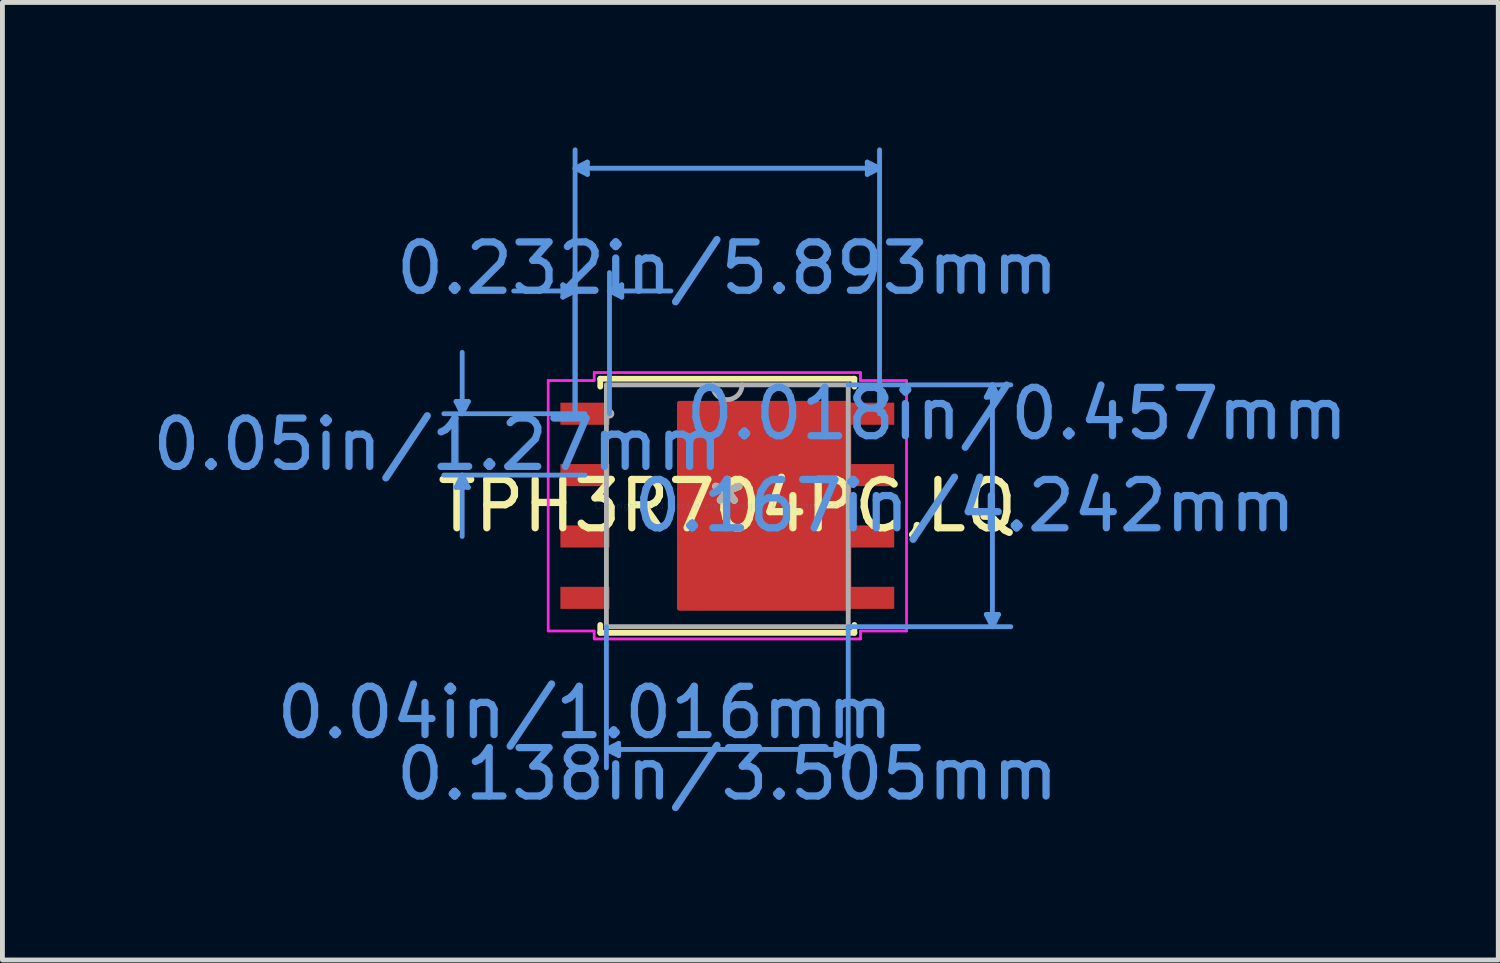
<source format=kicad_pcb>
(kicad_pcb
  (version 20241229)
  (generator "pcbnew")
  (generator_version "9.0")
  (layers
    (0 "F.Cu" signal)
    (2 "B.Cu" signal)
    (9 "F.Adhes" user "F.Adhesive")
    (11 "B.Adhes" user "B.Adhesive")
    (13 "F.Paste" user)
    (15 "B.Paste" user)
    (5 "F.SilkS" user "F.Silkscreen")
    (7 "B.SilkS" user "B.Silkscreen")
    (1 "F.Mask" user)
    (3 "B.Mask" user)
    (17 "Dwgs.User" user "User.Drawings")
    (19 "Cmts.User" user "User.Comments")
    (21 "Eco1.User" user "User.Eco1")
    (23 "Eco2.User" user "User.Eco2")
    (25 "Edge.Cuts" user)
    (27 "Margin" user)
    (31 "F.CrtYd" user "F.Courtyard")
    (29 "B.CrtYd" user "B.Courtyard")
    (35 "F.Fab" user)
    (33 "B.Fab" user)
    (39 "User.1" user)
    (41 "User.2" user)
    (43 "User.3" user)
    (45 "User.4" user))
  (footprint "TPH3R704PC,LQ"
    (layer "F.Cu")
    (at 12 7.416)
    (property "Reference" "TPH3R704PC,LQ" (at 0 0 0) (layer "F.SilkS") (effects (font (size 1 1) (thickness 0.15))))
    (attr through_hole)
    (fp_poly (pts (xy 2.515 -2.121) (xy 2.515 2.121) (xy -0.991 2.121) (xy -0.991 -2.121)) (stroke (width 0.1) (type solid)) (fill yes) (layer "F.Cu"))
    (fp_line (start -2.629 -2.629) (end -2.629 -2.466) (stroke (width 0.12) (type solid)) (layer "F.SilkS"))
    (fp_line (start -2.629 2.466) (end -2.629 2.629) (stroke (width 0.12) (type solid)) (layer "F.SilkS"))
    (fp_line (start -2.629 2.629) (end 2.629 2.629) (stroke (width 0.12) (type solid)) (layer "F.SilkS"))
    (fp_line (start 2.629 -2.629) (end -2.629 -2.629) (stroke (width 0.12) (type solid)) (layer "F.SilkS"))
    (fp_line (start 2.629 -2.466) (end 2.629 -2.629) (stroke (width 0.12) (type solid)) (layer "F.SilkS"))
    (fp_line (start 2.629 2.629) (end 2.629 2.466) (stroke (width 0.12) (type solid)) (layer "F.SilkS"))
    (fp_poly (pts (xy -0.941 -1.856) (xy -0.941 -0.752) (xy 0.662 -0.752) (xy 0.662 -1.856)) (stroke (width 0.1) (type solid)) (fill yes) (layer "F.Paste"))
    (fp_poly (pts (xy -0.941 -0.552) (xy -0.941 0.552) (xy 0.662 0.552) (xy 0.662 -0.552)) (stroke (width 0.1) (type solid)) (fill yes) (layer "F.Paste"))
    (fp_poly (pts (xy -0.941 0.752) (xy -0.941 1.856) (xy 0.662 1.856) (xy 0.662 0.752)) (stroke (width 0.1) (type solid)) (fill yes) (layer "F.Paste"))
    (fp_poly (pts (xy 0.862 -1.856) (xy 0.862 -0.752) (xy 2.465 -0.752) (xy 2.465 -1.856)) (stroke (width 0.1) (type solid)) (fill yes) (layer "F.Paste"))
    (fp_poly (pts (xy 0.862 -0.552) (xy 0.862 0.552) (xy 2.465 0.552) (xy 2.465 -0.552)) (stroke (width 0.1) (type solid)) (fill yes) (layer "F.Paste"))
    (fp_poly (pts (xy 0.862 0.752) (xy 0.862 1.856) (xy 2.465 1.856) (xy 2.465 0.752)) (stroke (width 0.1) (type solid)) (fill yes) (layer "F.Paste"))
    (fp_line (start -5.613 -2.159) (end -5.359 -2.159) (stroke (width 0.1) (type solid)) (layer "Cmts.User"))
    (fp_line (start -5.613 -0.381) (end -5.359 -0.381) (stroke (width 0.1) (type solid)) (layer "Cmts.User"))
    (fp_line (start -5.486 -1.905) (end -5.613 -2.159) (stroke (width 0.1) (type solid)) (layer "Cmts.User"))
    (fp_line (start -5.486 -1.905) (end -5.486 -3.175) (stroke (width 0.1) (type solid)) (layer "Cmts.User"))
    (fp_line (start -5.486 -1.905) (end -5.359 -2.159) (stroke (width 0.1) (type solid)) (layer "Cmts.User"))
    (fp_line (start -5.486 -0.635) (end -5.613 -0.381) (stroke (width 0.1) (type solid)) (layer "Cmts.User"))
    (fp_line (start -5.486 -0.635) (end -5.486 0.635) (stroke (width 0.1) (type solid)) (layer "Cmts.User"))
    (fp_line (start -5.486 -0.635) (end -5.359 -0.381) (stroke (width 0.1) (type solid)) (layer "Cmts.User"))
    (fp_line (start -3.404 -4.572) (end -3.404 -4.318) (stroke (width 0.1) (type solid)) (layer "Cmts.User"))
    (fp_line (start -3.15 -6.985) (end -2.896 -7.112) (stroke (width 0.1) (type solid)) (layer "Cmts.User"))
    (fp_line (start -3.15 -6.985) (end -2.896 -6.858) (stroke (width 0.1) (type solid)) (layer "Cmts.User"))
    (fp_line (start -3.15 -6.985) (end 3.15 -6.985) (stroke (width 0.1) (type solid)) (layer "Cmts.User"))
    (fp_line (start -3.15 -4.445) (end -4.42 -4.445) (stroke (width 0.1) (type solid)) (layer "Cmts.User"))
    (fp_line (start -3.15 -4.445) (end -3.404 -4.572) (stroke (width 0.1) (type solid)) (layer "Cmts.User"))
    (fp_line (start -3.15 -4.445) (end -3.404 -4.318) (stroke (width 0.1) (type solid)) (layer "Cmts.User"))
    (fp_line (start -3.15 -1.905) (end -3.15 -7.366) (stroke (width 0.1) (type solid)) (layer "Cmts.User"))
    (fp_line (start -3.15 -1.905) (end -3.15 -4.826) (stroke (width 0.1) (type solid)) (layer "Cmts.User"))
    (fp_line (start -2.946 -1.905) (end -5.867 -1.905) (stroke (width 0.1) (type solid)) (layer "Cmts.User"))
    (fp_line (start -2.946 -0.635) (end -5.867 -0.635) (stroke (width 0.1) (type solid)) (layer "Cmts.User"))
    (fp_line (start -2.896 -7.112) (end -2.896 -6.858) (stroke (width 0.1) (type solid)) (layer "Cmts.User"))
    (fp_line (start -2.502 2.502) (end -2.502 5.423) (stroke (width 0.1) (type solid)) (layer "Cmts.User"))
    (fp_line (start -2.502 5.042) (end -2.248 4.915) (stroke (width 0.1) (type solid)) (layer "Cmts.User"))
    (fp_line (start -2.502 5.042) (end -2.248 5.169) (stroke (width 0.1) (type solid)) (layer "Cmts.User"))
    (fp_line (start -2.502 5.042) (end 2.502 5.042) (stroke (width 0.1) (type solid)) (layer "Cmts.User"))
    (fp_line (start -2.438 -4.445) (end -2.184 -4.572) (stroke (width 0.1) (type solid)) (layer "Cmts.User"))
    (fp_line (start -2.438 -4.445) (end -2.184 -4.318) (stroke (width 0.1) (type solid)) (layer "Cmts.User"))
    (fp_line (start -2.438 -4.445) (end -1.168 -4.445) (stroke (width 0.1) (type solid)) (layer "Cmts.User"))
    (fp_line (start -2.438 -1.905) (end -2.438 -4.826) (stroke (width 0.1) (type solid)) (layer "Cmts.User"))
    (fp_line (start -2.248 4.915) (end -2.248 5.169) (stroke (width 0.1) (type solid)) (layer "Cmts.User"))
    (fp_line (start -2.184 -4.572) (end -2.184 -4.318) (stroke (width 0.1) (type solid)) (layer "Cmts.User"))
    (fp_line (start 2.248 4.915) (end 2.248 5.169) (stroke (width 0.1) (type solid)) (layer "Cmts.User"))
    (fp_line (start 2.502 -2.502) (end 5.867 -2.502) (stroke (width 0.1) (type solid)) (layer "Cmts.User"))
    (fp_line (start 2.502 2.502) (end 2.502 5.423) (stroke (width 0.1) (type solid)) (layer "Cmts.User"))
    (fp_line (start 2.502 2.502) (end 5.867 2.502) (stroke (width 0.1) (type solid)) (layer "Cmts.User"))
    (fp_line (start 2.502 5.042) (end 2.248 4.915) (stroke (width 0.1) (type solid)) (layer "Cmts.User"))
    (fp_line (start 2.502 5.042) (end 2.248 5.169) (stroke (width 0.1) (type solid)) (layer "Cmts.User"))
    (fp_line (start 2.896 -7.112) (end 2.896 -6.858) (stroke (width 0.1) (type solid)) (layer "Cmts.User"))
    (fp_line (start 3.15 -6.985) (end 2.896 -7.112) (stroke (width 0.1) (type solid)) (layer "Cmts.User"))
    (fp_line (start 3.15 -6.985) (end 2.896 -6.858) (stroke (width 0.1) (type solid)) (layer "Cmts.User"))
    (fp_line (start 3.15 -1.905) (end 3.15 -7.366) (stroke (width 0.1) (type solid)) (layer "Cmts.User"))
    (fp_line (start 5.359 -2.248) (end 5.613 -2.248) (stroke (width 0.1) (type solid)) (layer "Cmts.User"))
    (fp_line (start 5.359 2.248) (end 5.613 2.248) (stroke (width 0.1) (type solid)) (layer "Cmts.User"))
    (fp_line (start 5.486 -2.502) (end 5.359 -2.248) (stroke (width 0.1) (type solid)) (layer "Cmts.User"))
    (fp_line (start 5.486 -2.502) (end 5.486 2.502) (stroke (width 0.1) (type solid)) (layer "Cmts.User"))
    (fp_line (start 5.486 -2.502) (end 5.613 -2.248) (stroke (width 0.1) (type solid)) (layer "Cmts.User"))
    (fp_line (start 5.486 2.502) (end 5.359 2.248) (stroke (width 0.1) (type solid)) (layer "Cmts.User"))
    (fp_line (start 5.486 2.502) (end 5.613 2.248) (stroke (width 0.1) (type solid)) (layer "Cmts.User"))
    (fp_line (start -3.708 -2.591) (end -2.756 -2.591) (stroke (width 0.05) (type solid)) (layer "F.CrtYd"))
    (fp_line (start -3.708 -2.591) (end -2.756 -2.591) (stroke (width 0.05) (type solid)) (layer "F.CrtYd"))
    (fp_line (start -3.708 2.591) (end -3.708 -2.591) (stroke (width 0.05) (type solid)) (layer "F.CrtYd"))
    (fp_line (start -3.708 2.591) (end -3.708 -2.591) (stroke (width 0.05) (type solid)) (layer "F.CrtYd"))
    (fp_line (start -3.708 2.591) (end -2.756 2.591) (stroke (width 0.05) (type solid)) (layer "F.CrtYd"))
    (fp_line (start -2.756 -2.756) (end 2.756 -2.756) (stroke (width 0.05) (type solid)) (layer "F.CrtYd"))
    (fp_line (start -2.756 -2.756) (end 2.756 -2.756) (stroke (width 0.05) (type solid)) (layer "F.CrtYd"))
    (fp_line (start -2.756 -2.591) (end -2.756 -2.756) (stroke (width 0.05) (type solid)) (layer "F.CrtYd"))
    (fp_line (start -2.756 -2.591) (end -2.756 -2.756) (stroke (width 0.05) (type solid)) (layer "F.CrtYd"))
    (fp_line (start -2.756 2.591) (end -3.708 2.591) (stroke (width 0.05) (type solid)) (layer "F.CrtYd"))
    (fp_line (start -2.756 2.756) (end -2.756 2.591) (stroke (width 0.05) (type solid)) (layer "F.CrtYd"))
    (fp_line (start -2.756 2.756) (end -2.756 2.591) (stroke (width 0.05) (type solid)) (layer "F.CrtYd"))
    (fp_line (start 2.756 -2.756) (end 2.756 -2.591) (stroke (width 0.05) (type solid)) (layer "F.CrtYd"))
    (fp_line (start 2.756 -2.756) (end 2.756 -2.591) (stroke (width 0.05) (type solid)) (layer "F.CrtYd"))
    (fp_line (start 2.756 -2.591) (end 3.708 -2.591) (stroke (width 0.05) (type solid)) (layer "F.CrtYd"))
    (fp_line (start 2.756 2.591) (end 2.756 2.756) (stroke (width 0.05) (type solid)) (layer "F.CrtYd"))
    (fp_line (start 2.756 2.591) (end 2.756 2.756) (stroke (width 0.05) (type solid)) (layer "F.CrtYd"))
    (fp_line (start 2.756 2.756) (end -2.756 2.756) (stroke (width 0.05) (type solid)) (layer "F.CrtYd"))
    (fp_line (start 2.756 2.756) (end -2.756 2.756) (stroke (width 0.05) (type solid)) (layer "F.CrtYd"))
    (fp_line (start 3.708 -2.591) (end 2.756 -2.591) (stroke (width 0.05) (type solid)) (layer "F.CrtYd"))
    (fp_line (start 3.708 -2.591) (end 3.708 2.591) (stroke (width 0.05) (type solid)) (layer "F.CrtYd"))
    (fp_line (start 3.708 -2.591) (end 3.708 2.591) (stroke (width 0.05) (type solid)) (layer "F.CrtYd"))
    (fp_line (start 3.708 2.591) (end 2.756 2.591) (stroke (width 0.05) (type solid)) (layer "F.CrtYd"))
    (fp_line (start 3.708 2.591) (end 2.756 2.591) (stroke (width 0.05) (type solid)) (layer "F.CrtYd"))
    (fp_line (start -2.502 -2.502) (end -2.502 2.502) (stroke (width 0.1) (type solid)) (layer "F.Fab"))
    (fp_line (start -2.502 2.502) (end 2.502 2.502) (stroke (width 0.1) (type solid)) (layer "F.Fab"))
    (fp_line (start 2.502 -2.502) (end -2.502 -2.502) (stroke (width 0.1) (type solid)) (layer "F.Fab"))
    (fp_line (start 2.502 2.502) (end 2.502 -2.502) (stroke (width 0.1) (type solid)) (layer "F.Fab"))
    (fp_arc (start 0.3048 -2.5019) (mid 0 -2.1971) (end -0.3048 -2.5019) (stroke (width 0.1) (type solid)) (layer "F.Fab"))
    (fp_circle (center -2.438 -1.905) (end -2.438 -1.905) (stroke (width 0.1) (type solid)) (fill no) (layer "F.Fab"))
    (fp_text user "*" (at 0 0 0) (layer "F.SilkS") (effects (font (size 1 1) (thickness 0.15))))
    (fp_text user "0.05in/1.27mm" (at -5.994 -1.27 0) (layer "Cmts.User") (effects (font (size 1 1) (thickness 0.15))))
    (fp_text user "0.04in/1.016mm" (at -2.946 4.28 0) (layer "Cmts.User") (effects (font (size 1 1) (thickness 0.15))))
    (fp_text user "Copyright 2021 Accelerated Designs. All rights reserved." (at 0 0 0) (layer "Cmts.User") (effects (font (size 0.127 0.127) (thickness 0.002))))
    (fp_text user "0.018in/0.457mm" (at 5.994 -1.905 0) (layer "Cmts.User") (effects (font (size 1 1) (thickness 0.15))))
    (fp_text user "0.167in/4.242mm" (at 4.915 0 0) (layer "Cmts.User") (effects (font (size 1 1) (thickness 0.15))))
    (fp_text user "0.138in/3.505mm" (at 0 5.55 0) (layer "Cmts.User") (effects (font (size 1 1) (thickness 0.15))))
    (fp_text user "0.232in/5.893mm" (at 0 -4.915 0) (layer "Cmts.User") (effects (font (size 1 1) (thickness 0.15))))
    (fp_text user "*" (at 0 0 0) (layer "F.Fab") (effects (font (size 1 1) (thickness 0.15))))
    (pad "1" smd rect (at -2.946 -1.905) (size 1.016 0.457) (layers "F.Cu" "F.Mask" "F.Paste"))
    (pad "2" smd rect (at -2.946 -0.635) (size 1.016 0.457) (layers "F.Cu" "F.Mask" "F.Paste"))
    (pad "3" smd rect (at -2.946 0.635) (size 1.016 0.457) (layers "F.Cu" "F.Mask" "F.Paste"))
    (pad "4" smd rect (at -2.946 1.905) (size 1.016 0.457) (layers "F.Cu" "F.Mask" "F.Paste"))
    (pad "5" smd rect (at 2.946 1.905) (size 1.016 0.457) (layers "F.Cu" "F.Mask" "F.Paste"))
    (pad "6" smd rect (at 2.946 0.635) (size 1.016 0.457) (layers "F.Cu" "F.Mask" "F.Paste"))
    (pad "7" smd rect (at 2.946 -0.635) (size 1.016 0.457) (layers "F.Cu" "F.Mask" "F.Paste"))
    (pad "8" smd rect (at 2.946 -1.905) (size 1.016 0.457) (layers "F.Cu" "F.Mask" "F.Paste")))
  (gr_rect
    (start -3 -3)
    (end 27.953 16.814)
    (stroke (width 0.1) (type default))
    (fill no)
    (layer "Edge.Cuts")))
</source>
